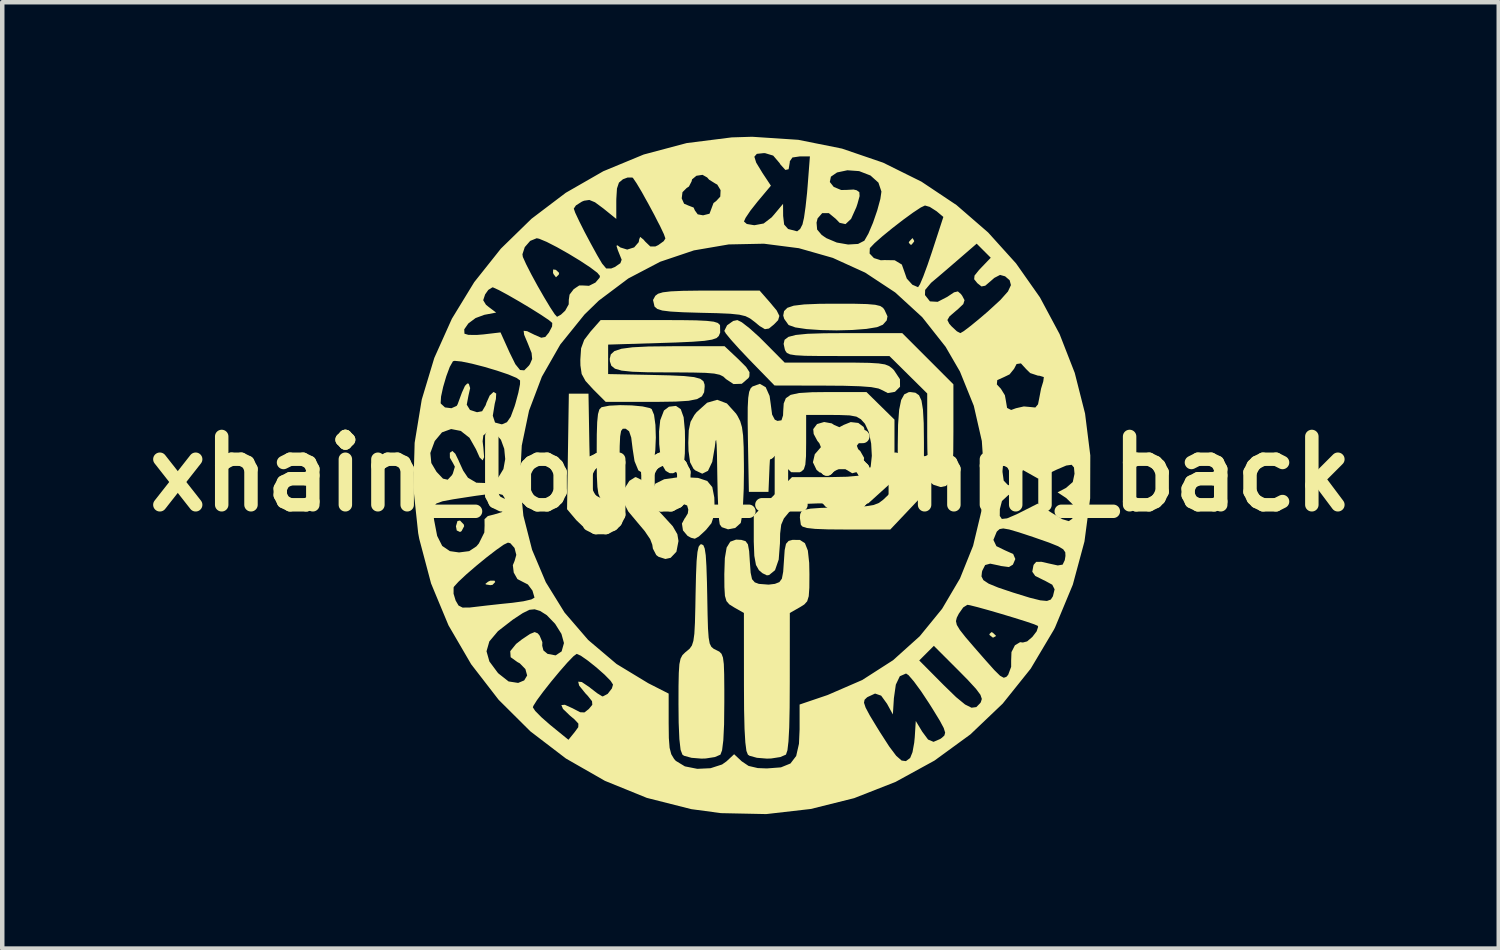
<source format=kicad_pcb>
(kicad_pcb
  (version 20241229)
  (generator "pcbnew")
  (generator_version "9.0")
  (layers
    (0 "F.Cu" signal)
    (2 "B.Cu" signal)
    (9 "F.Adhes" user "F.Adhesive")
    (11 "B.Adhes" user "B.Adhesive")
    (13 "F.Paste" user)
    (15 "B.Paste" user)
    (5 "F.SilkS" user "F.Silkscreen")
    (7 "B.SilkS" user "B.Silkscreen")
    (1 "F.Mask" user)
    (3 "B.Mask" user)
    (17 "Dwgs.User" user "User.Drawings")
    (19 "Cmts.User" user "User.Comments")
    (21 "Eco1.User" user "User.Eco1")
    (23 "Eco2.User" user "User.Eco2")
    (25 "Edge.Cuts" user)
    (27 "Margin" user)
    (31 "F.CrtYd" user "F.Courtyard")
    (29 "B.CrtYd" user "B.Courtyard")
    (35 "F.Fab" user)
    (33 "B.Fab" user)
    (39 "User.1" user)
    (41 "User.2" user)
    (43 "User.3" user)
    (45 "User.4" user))
  (footprint "xhain_logo_15mm_back"
    (layer "F.Cu")
    (at 13.687 7.518)
    (property "Reference" "xhain_logo_15mm_back" (at 0 0 0) (layer "F.SilkS") (effects (font (size 1.524 1.524) (thickness 0.3))))
    (attr board_only exclude_from_pos_files exclude_from_bom)
    (fp_poly (pts (xy -4.34 -4.55) (xy -4.268 -4.482) (xy -4.275 -4.445) (xy -4.338 -4.384) (xy -4.393 -4.456) (xy -4.404 -4.485) (xy -4.401 -4.559)) (stroke (width 0) (type solid)) (fill yes) (layer "F.SilkS"))
    (fp_poly (pts (xy -6.393 1.13) (xy -6.386 1.168) (xy -6.444 1.277) (xy -6.478 1.296) (xy -6.551 1.262) (xy -6.569 1.168) (xy -6.535 1.052) (xy -6.478 1.04)) (stroke (width 0) (type solid)) (fill yes) (layer "F.SilkS"))
    (fp_poly (pts (xy -5.693 2.411) (xy -5.752 2.474) (xy -5.803 2.482) (xy -5.9 2.466) (xy -5.912 2.453) (xy -5.855 2.406) (xy -5.803 2.382) (xy -5.709 2.381)) (stroke (width 0) (type solid)) (fill yes) (layer "F.SilkS"))
    (fp_poly (pts (xy 3.649 -5.199) (xy 3.649 -5.182) (xy 3.593 -5.112) (xy 3.572 -5.109) (xy 3.529 -5.154) (xy 3.54 -5.182) (xy 3.606 -5.252) (xy 3.617 -5.255)) (stroke (width 0) (type solid)) (fill yes) (layer "F.SilkS"))
    (fp_poly (pts (xy 5.401 3.54) (xy 5.471 3.606) (xy 5.474 3.617) (xy 5.418 3.649) (xy 5.401 3.649) (xy 5.331 3.593) (xy 5.328 3.572) (xy 5.373 3.529)) (stroke (width 0) (type solid)) (fill yes) (layer "F.SilkS"))
    (fp_poly (pts (xy -1.555 -1.443) (xy -1.491 -1.263) (xy -1.463 -0.962) (xy -1.46 -0.76) (xy -1.464 -0.454) (xy -1.481 -0.261) (xy -1.518 -0.15) (xy -1.582 -0.087) (xy -1.601 -0.076) (xy -1.727 -0.014) (xy -1.803 -0.016) (xy -1.891 -0.067) (xy -1.957 -0.179) (xy -2.007 -0.392) (xy -2.036 -0.663) (xy -2.039 -0.948) (xy -2.013 -1.197) (xy -1.93 -1.413) (xy -1.819 -1.498) (xy -1.662 -1.516)) (stroke (width 0) (type solid)) (fill yes) (layer "F.SilkS"))
    (fp_poly (pts (xy -3.593 -0.626) (xy -3.581 -0.147) (xy -3.563 0.205) (xy -3.534 0.449) (xy -3.487 0.604) (xy -3.42 0.69) (xy -3.326 0.725) (xy -3.248 0.73) (xy -3.057 0.786) (xy -2.952 0.928) (xy -2.955 1.091) (xy -3.01 1.184) (xy -3.127 1.229) (xy -3.346 1.241) (xy -3.356 1.241) (xy -3.59 1.227) (xy -3.744 1.167) (xy -3.884 1.033) (xy -3.9 1.014) (xy -4.091 0.788) (xy -4.071 -0.5) (xy -4.051 -1.788) (xy -3.613 -1.788)) (stroke (width 0) (type solid)) (fill yes) (layer "F.SilkS"))
    (fp_poly (pts (xy 2.314 -3.794) (xy 2.596 -3.787) (xy 2.781 -3.771) (xy 2.893 -3.744) (xy 2.957 -3.702) (xy 2.99 -3.654) (xy 3.055 -3.513) (xy 3.038 -3.423) (xy 2.951 -3.326) (xy 2.822 -3.272) (xy 2.584 -3.233) (xy 2.272 -3.209) (xy 1.922 -3.2) (xy 1.57 -3.207) (xy 1.25 -3.229) (xy 1 -3.266) (xy 0.854 -3.318) (xy 0.845 -3.326) (xy 0.752 -3.456) (xy 0.73 -3.531) (xy 0.749 -3.631) (xy 0.821 -3.703) (xy 0.964 -3.751) (xy 1.199 -3.779) (xy 1.544 -3.793) (xy 1.91 -3.795)) (stroke (width 0) (type solid)) (fill yes) (layer "F.SilkS"))
    (fp_poly (pts (xy -2.43 0.134) (xy -2.319 0.278) (xy -2.263 0.446) (xy -2.263 0.464) (xy -2.209 0.611) (xy -2.063 0.811) (xy -1.934 0.949) (xy -1.733 1.169) (xy -1.631 1.346) (xy -1.606 1.497) (xy -1.652 1.736) (xy -1.781 1.872) (xy -1.898 1.898) (xy -2.051 1.849) (xy -2.102 1.81) (xy -2.177 1.666) (xy -2.19 1.58) (xy -2.237 1.456) (xy -2.362 1.272) (xy -2.518 1.087) (xy -2.726 0.838) (xy -2.828 0.639) (xy -2.847 0.519) (xy -2.805 0.321) (xy -2.702 0.156) (xy -2.574 0.075) (xy -2.555 0.073)) (stroke (width 0) (type solid)) (fill yes) (layer "F.SilkS"))
    (fp_poly (pts (xy -1.171 0.09) (xy -0.965 0.158) (xy -0.852 0.296) (xy -0.807 0.528) (xy -0.803 0.685) (xy -0.816 0.934) (xy -0.871 1.1) (xy -0.988 1.244) (xy -1.008 1.264) (xy -1.152 1.397) (xy -1.241 1.446) (xy -1.326 1.425) (xy -1.405 1.381) (xy -1.506 1.261) (xy -1.529 1.108) (xy -1.466 0.989) (xy -1.46 0.985) (xy -1.398 0.882) (xy -1.387 0.799) (xy -1.413 0.705) (xy -1.518 0.664) (xy -1.674 0.657) (xy -1.911 0.62) (xy -2.096 0.524) (xy -2.187 0.393) (xy -2.19 0.365) (xy -2.122 0.218) (xy -1.925 0.12) (xy -1.609 0.075) (xy -1.496 0.073)) (stroke (width 0) (type solid)) (fill yes) (layer "F.SilkS"))
    (fp_poly (pts (xy -0.271 -2.558) (xy -0.098 -2.385) (xy -0.022 -2.268) (xy -0.025 -2.176) (xy -0.044 -2.139) (xy -0.194 -2.009) (xy -0.379 -2.003) (xy -0.545 -2.113) (xy -0.606 -2.17) (xy -0.686 -2.21) (xy -0.81 -2.237) (xy -1.001 -2.253) (xy -1.283 -2.26) (xy -1.681 -2.263) (xy -1.821 -2.263) (xy -2.292 -2.266) (xy -2.637 -2.278) (xy -2.874 -2.303) (xy -3.023 -2.346) (xy -3.104 -2.412) (xy -3.135 -2.505) (xy -3.139 -2.567) (xy -3.115 -2.665) (xy -3.034 -2.739) (xy -2.879 -2.79) (xy -2.631 -2.823) (xy -2.273 -2.841) (xy -1.79 -2.846) (xy -1.717 -2.847) (xy -0.578 -2.847)) (stroke (width 0) (type solid)) (fill yes) (layer "F.SilkS"))
    (fp_poly (pts (xy 0.43 -3.829) (xy 0.584 -3.644) (xy 0.644 -3.523) (xy 0.616 -3.428) (xy 0.523 -3.332) (xy 0.411 -3.241) (xy 0.321 -3.227) (xy 0.204 -3.297) (xy 0.089 -3.392) (xy -0.008 -3.465) (xy -0.111 -3.517) (xy -0.249 -3.55) (xy -0.45 -3.571) (xy -0.745 -3.584) (xy -1.095 -3.592) (xy -1.5 -3.604) (xy -1.783 -3.62) (xy -1.968 -3.643) (xy -2.078 -3.678) (xy -2.136 -3.727) (xy -2.141 -3.735) (xy -2.174 -3.878) (xy -2.122 -3.972) (xy -2.062 -4.017) (xy -1.955 -4.049) (xy -1.779 -4.07) (xy -1.512 -4.082) (xy -1.131 -4.087) (xy -0.911 -4.087) (xy 0.204 -4.087)) (stroke (width 0) (type solid)) (fill yes) (layer "F.SilkS"))
    (fp_poly (pts (xy -0.194 -3.381) (xy -0.024 -3.249) (xy 0.188 -3.059) (xy 0.292 -2.956) (xy 0.762 -2.482) (xy 1.901 -2.482) (xy 2.333 -2.481) (xy 2.644 -2.476) (xy 2.858 -2.463) (xy 2.999 -2.441) (xy 3.092 -2.404) (xy 3.161 -2.351) (xy 3.199 -2.313) (xy 3.333 -2.111) (xy 3.335 -1.943) (xy 3.222 -1.83) (xy 3.062 -1.802) (xy 2.948 -1.862) (xy 2.854 -1.904) (xy 2.692 -1.935) (xy 2.439 -1.954) (xy 2.078 -1.965) (xy 1.673 -1.968) (xy 0.536 -1.971) (xy -0.024 -2.546) (xy -0.25 -2.785) (xy -0.433 -2.988) (xy -0.55 -3.131) (xy -0.584 -3.189) (xy -0.523 -3.313) (xy -0.387 -3.41) (xy -0.293 -3.43)) (stroke (width 0) (type solid)) (fill yes) (layer "F.SilkS"))
    (fp_poly (pts (xy 1.812 -1.126) (xy 1.865 -1.091) (xy 1.983 -1.041) (xy 2.076 -1.091) (xy 2.235 -1.155) (xy 2.404 -1.136) (xy 2.523 -1.047) (xy 2.542 -0.998) (xy 2.516 -0.842) (xy 2.45 -0.735) (xy 2.372 -0.627) (xy 2.401 -0.551) (xy 2.447 -0.51) (xy 2.534 -0.357) (xy 2.51 -0.179) (xy 2.395 -0.047) (xy 2.269 -0.014) (xy 2.131 -0.097) (xy 2.121 -0.106) (xy 2.003 -0.196) (xy 1.915 -0.184) (xy 1.837 -0.121) (xy 1.676 -0.013) (xy 1.544 -0.031) (xy 1.474 -0.088) (xy 1.392 -0.258) (xy 1.434 -0.439) (xy 1.498 -0.512) (xy 1.57 -0.596) (xy 1.535 -0.684) (xy 1.492 -0.735) (xy 1.409 -0.89) (xy 1.399 -0.998) (xy 1.484 -1.111) (xy 1.642 -1.157)) (stroke (width 0) (type solid)) (fill yes) (layer "F.SilkS"))
    (fp_poly (pts (xy 3.955 -2.568) (xy 4.525 -1.997) (xy 4.525 -0.94) (xy 4.522 -0.485) (xy 4.508 -0.157) (xy 4.478 0.066) (xy 4.43 0.201) (xy 4.356 0.27) (xy 4.254 0.292) (xy 4.233 0.292) (xy 4.08 0.243) (xy 4.029 0.204) (xy 3.986 0.088) (xy 3.958 -0.164) (xy 3.944 -0.555) (xy 3.941 -0.838) (xy 3.941 -1.793) (xy 3.52 -2.21) (xy 3.098 -2.628) (xy 1.955 -2.628) (xy 1.523 -2.629) (xy 1.215 -2.633) (xy 1.008 -2.645) (xy 0.881 -2.665) (xy 0.811 -2.698) (xy 0.777 -2.746) (xy 0.765 -2.777) (xy 0.739 -2.899) (xy 0.76 -2.99) (xy 0.845 -3.055) (xy 1.009 -3.098) (xy 1.27 -3.124) (xy 1.645 -3.136) (xy 2.139 -3.139) (xy 3.384 -3.139)) (stroke (width 0) (type solid)) (fill yes) (layer "F.SilkS"))
    (fp_poly (pts (xy 3.677 -1.81) (xy 3.758 -1.754) (xy 3.813 -1.635) (xy 3.846 -1.434) (xy 3.863 -1.132) (xy 3.868 -0.707) (xy 3.868 -0.601) (xy 3.868 0.447) (xy 3.493 0.844) (xy 3.117 1.241) (xy 2.14 1.241) (xy 1.729 1.238) (xy 1.443 1.227) (xy 1.26 1.207) (xy 1.16 1.176) (xy 1.123 1.136) (xy 1.101 0.974) (xy 1.108 0.898) (xy 1.134 0.841) (xy 1.203 0.801) (xy 1.339 0.775) (xy 1.568 0.759) (xy 1.915 0.747) (xy 1.971 0.746) (xy 2.332 0.735) (xy 2.579 0.721) (xy 2.745 0.694) (xy 2.861 0.649) (xy 2.959 0.577) (xy 3.046 0.494) (xy 3.284 0.263) (xy 3.284 -0.64) (xy 3.291 -1.098) (xy 3.315 -1.428) (xy 3.36 -1.647) (xy 3.429 -1.773) (xy 3.528 -1.822) (xy 3.564 -1.825)) (stroke (width 0) (type solid)) (fill yes) (layer "F.SilkS"))
    (fp_poly (pts (xy -0.527 -1.571) (xy -0.322 -1.344) (xy -0.288 -1.291) (xy -0.23 -1.177) (xy -0.19 -1.041) (xy -0.165 -0.855) (xy -0.152 -0.589) (xy -0.147 -0.217) (xy -0.146 -0.05) (xy -0.151 0.331) (xy -0.166 0.668) (xy -0.188 0.929) (xy -0.214 1.082) (xy -0.222 1.1) (xy -0.34 1.206) (xy -0.501 1.237) (xy -0.641 1.188) (xy -0.686 1.125) (xy -0.702 1.013) (xy -0.718 0.785) (xy -0.731 0.471) (xy -0.739 0.101) (xy -0.741 -0.024) (xy -0.747 -0.408) (xy -0.755 -0.651) (xy -0.766 -0.758) (xy -0.78 -0.733) (xy -0.796 -0.599) (xy -0.853 -0.268) (xy -0.948 -0.068) (xy -1.076 -0.004) (xy -1.234 -0.079) (xy -1.272 -0.115) (xy -1.347 -0.258) (xy -1.382 -0.512) (xy -1.387 -0.693) (xy -1.377 -0.972) (xy -1.337 -1.161) (xy -1.252 -1.313) (xy -1.201 -1.377) (xy -0.967 -1.587) (xy -0.742 -1.652)) (stroke (width 0) (type solid)) (fill yes) (layer "F.SilkS"))
    (fp_poly (pts (xy -1.561 -3.429) (xy -1.214 -3.424) (xy -0.973 -3.412) (xy -0.819 -3.394) (xy -0.73 -3.366) (xy -0.687 -3.327) (xy -0.679 -3.311) (xy -0.676 -3.151) (xy -0.708 -3.074) (xy -0.758 -3.028) (xy -0.858 -2.994) (xy -1.027 -2.967) (xy -1.287 -2.947) (xy -1.658 -2.93) (xy -1.978 -2.92) (xy -3.175 -2.883) (xy -3.175 -2.226) (xy -2.263 -2.208) (xy -1.809 -2.197) (xy -1.48 -2.182) (xy -1.258 -2.158) (xy -1.121 -2.121) (xy -1.05 -2.067) (xy -1.024 -1.992) (xy -1.022 -1.947) (xy -1.034 -1.82) (xy -1.084 -1.729) (xy -1.193 -1.667) (xy -1.38 -1.63) (xy -1.667 -1.612) (xy -2.073 -1.606) (xy -2.213 -1.606) (xy -3.229 -1.606) (xy -3.512 -1.889) (xy -3.68 -2.073) (xy -3.765 -2.228) (xy -3.793 -2.419) (xy -3.795 -2.543) (xy -3.778 -2.8) (xy -3.709 -2.988) (xy -3.569 -3.172) (xy -3.342 -3.43) (xy -2.034 -3.43)) (stroke (width 0) (type solid)) (fill yes) (layer "F.SilkS"))
    (fp_poly (pts (xy -2.646 -1.527) (xy -2.407 -1.504) (xy -2.242 -1.467) (xy -2.204 -1.445) (xy -2.151 -1.317) (xy -2.12 -1.091) (xy -2.111 -0.812) (xy -2.123 -0.525) (xy -2.154 -0.274) (xy -2.205 -0.105) (xy -2.232 -0.068) (xy -2.382 -0.004) (xy -2.501 -0.078) (xy -2.586 -0.284) (xy -2.628 -0.554) (xy -2.66 -0.81) (xy -2.708 -0.951) (xy -2.783 -1.006) (xy -2.792 -1.008) (xy -2.849 -1.006) (xy -2.886 -0.957) (xy -2.907 -0.836) (xy -2.917 -0.619) (xy -2.92 -0.282) (xy -2.92 -0.263) (xy -2.923 0.088) (xy -2.935 0.32) (xy -2.96 0.462) (xy -3.004 0.541) (xy -3.049 0.575) (xy -3.236 0.601) (xy -3.305 0.574) (xy -3.356 0.528) (xy -3.392 0.443) (xy -3.414 0.293) (xy -3.426 0.056) (xy -3.43 -0.294) (xy -3.43 -0.47) (xy -3.428 -0.874) (xy -3.419 -1.154) (xy -3.401 -1.333) (xy -3.371 -1.436) (xy -3.326 -1.483) (xy -3.315 -1.488) (xy -3.149 -1.521) (xy -2.909 -1.533)) (stroke (width 0) (type solid)) (fill yes) (layer "F.SilkS"))
    (fp_poly (pts (xy -1.052 1.59) (xy -1.021 1.665) (xy -0.998 1.815) (xy -0.983 2.059) (xy -0.971 2.416) (xy -0.965 2.708) (xy -0.957 3.138) (xy -0.948 3.445) (xy -0.933 3.652) (xy -0.91 3.782) (xy -0.873 3.857) (xy -0.821 3.901) (xy -0.765 3.929) (xy -0.695 3.964) (xy -0.646 4.013) (xy -0.614 4.097) (xy -0.595 4.241) (xy -0.587 4.469) (xy -0.584 4.803) (xy -0.584 5.093) (xy -0.589 5.586) (xy -0.606 5.941) (xy -0.634 6.165) (xy -0.671 6.262) (xy -0.794 6.315) (xy -0.999 6.347) (xy -1.095 6.35) (xy -1.316 6.332) (xy -1.481 6.287) (xy -1.518 6.262) (xy -1.559 6.154) (xy -1.586 5.917) (xy -1.602 5.547) (xy -1.606 5.136) (xy -1.605 4.728) (xy -1.599 4.439) (xy -1.586 4.246) (xy -1.56 4.122) (xy -1.518 4.042) (xy -1.456 3.981) (xy -1.425 3.956) (xy -1.356 3.897) (xy -1.307 3.828) (xy -1.274 3.725) (xy -1.252 3.565) (xy -1.239 3.322) (xy -1.23 2.972) (xy -1.225 2.692) (xy -1.215 2.256) (xy -1.202 1.946) (xy -1.183 1.743) (xy -1.157 1.626) (xy -1.121 1.576) (xy -1.095 1.569)) (stroke (width 0) (type solid)) (fill yes) (layer "F.SilkS"))
    (fp_poly (pts (xy -0.205 1.472) (xy -0.111 1.5) (xy -0.058 1.571) (xy -0.03 1.723) (xy -0.015 1.952) (xy 0.003 2.204) (xy 0.034 2.348) (xy 0.095 2.419) (xy 0.186 2.453) (xy 0.404 2.47) (xy 0.544 2.453) (xy 0.643 2.414) (xy 0.7 2.337) (xy 0.729 2.184) (xy 0.745 1.952) (xy 0.762 1.7) (xy 0.792 1.56) (xy 0.85 1.495) (xy 0.935 1.472) (xy 1.102 1.473) (xy 1.214 1.546) (xy 1.279 1.71) (xy 1.309 1.986) (xy 1.314 2.238) (xy 1.312 2.539) (xy 1.299 2.728) (xy 1.264 2.842) (xy 1.198 2.914) (xy 1.095 2.978) (xy 0.877 3.102) (xy 0.876 4.638) (xy 0.873 5.212) (xy 0.864 5.651) (xy 0.847 5.964) (xy 0.824 6.163) (xy 0.792 6.258) (xy 0.788 6.262) (xy 0.666 6.315) (xy 0.461 6.347) (xy 0.365 6.35) (xy 0.144 6.332) (xy -0.021 6.287) (xy -0.058 6.262) (xy -0.091 6.178) (xy -0.115 5.99) (xy -0.133 5.688) (xy -0.143 5.263) (xy -0.146 4.703) (xy -0.146 4.638) (xy -0.147 3.102) (xy -0.365 2.978) (xy -0.472 2.911) (xy -0.536 2.837) (xy -0.57 2.721) (xy -0.582 2.527) (xy -0.584 2.238) (xy -0.572 1.878) (xy -0.532 1.643) (xy -0.451 1.512) (xy -0.322 1.466)) (stroke (width 0) (type solid)) (fill yes) (layer "F.SilkS"))
    (fp_poly (pts (xy 0.339 -1.933) (xy 0.426 -1.738) (xy 0.452 -1.551) (xy 0.482 -1.323) (xy 0.542 -1.209) (xy 0.602 -1.181) (xy 0.691 -1.195) (xy 0.726 -1.304) (xy 0.73 -1.403) (xy 0.741 -1.571) (xy 0.788 -1.687) (xy 0.895 -1.762) (xy 1.082 -1.803) (xy 1.373 -1.821) (xy 1.745 -1.825) (xy 2.586 -1.825) (xy 3.211 -1.21) (xy 3.211 0.129) (xy 2.919 0.393) (xy 2.627 0.657) (xy 1.838 0.657) (xy 1.489 0.659) (xy 1.253 0.668) (xy 1.098 0.692) (xy 0.993 0.737) (xy 0.904 0.809) (xy 0.853 0.862) (xy 0.745 0.993) (xy 0.685 1.133) (xy 0.661 1.331) (xy 0.657 1.55) (xy 0.629 1.911) (xy 0.547 2.148) (xy 0.415 2.256) (xy 0.365 2.263) (xy 0.268 2.216) (xy 0.188 2.148) (xy 0.122 2.031) (xy 0.085 1.827) (xy 0.073 1.509) (xy 0.073 1.479) (xy 0.073 0.925) (xy 0.925 0.073) (xy 1.725 0.073) (xy 2.152 0.064) (xy 2.445 0.038) (xy 2.599 -0.004) (xy 2.613 -0.015) (xy 2.681 -0.166) (xy 2.706 -0.403) (xy 2.691 -0.676) (xy 2.639 -0.931) (xy 2.552 -1.118) (xy 2.549 -1.121) (xy 2.462 -1.218) (xy 2.363 -1.276) (xy 2.213 -1.304) (xy 1.975 -1.313) (xy 1.819 -1.314) (xy 1.241 -1.314) (xy 1.241 -0.698) (xy 1.238 -0.395) (xy 1.223 -0.207) (xy 1.19 -0.103) (xy 1.132 -0.051) (xy 1.091 -0.035) (xy 0.908 -0.037) (xy 0.781 -0.161) (xy 0.73 -0.388) (xy 0.73 -0.41) (xy 0.712 -0.583) (xy 0.643 -0.651) (xy 0.587 -0.657) (xy 0.512 -0.641) (xy 0.466 -0.574) (xy 0.44 -0.424) (xy 0.424 -0.162) (xy 0.423 -0.128) (xy 0.401 0.401) (xy -0.036 0.401) (xy -0.057 -0.729) (xy -0.063 -1.167) (xy -0.062 -1.48) (xy -0.051 -1.694) (xy -0.03 -1.829) (xy 0.004 -1.909) (xy 0.045 -1.949) (xy 0.208 -2.008)) (stroke (width 0) (type solid)) (fill yes) (layer "F.SilkS"))
    (fp_poly (pts (xy 1.065 -7.45) (xy 2.041 -7.254) (xy 2.959 -6.94) (xy 3.812 -6.517) (xy 4.594 -5.995) (xy 5.299 -5.384) (xy 5.922 -4.694) (xy 6.455 -3.936) (xy 6.893 -3.118) (xy 7.231 -2.252) (xy 7.461 -1.346) (xy 7.578 -0.411) (xy 7.575 0.544) (xy 7.448 1.507) (xy 7.188 2.471) (xy 6.792 3.424) (xy 6.766 3.475) (xy 6.249 4.344) (xy 5.624 5.124) (xy 4.904 5.81) (xy 4.103 6.394) (xy 3.234 6.87) (xy 2.311 7.232) (xy 1.345 7.473) (xy 0.351 7.587) (xy -0.658 7.566) (xy -1.32 7.477) (xy -2.311 7.226) (xy -3.246 6.846) (xy -4.116 6.348) (xy -4.909 5.742) (xy -5.448 5.206) (xy -4.854 5.206) (xy -4.801 5.287) (xy -4.662 5.428) (xy -4.467 5.599) (xy -4.457 5.607) (xy -4.06 5.93) (xy -3.922 5.76) (xy -3.841 5.649) (xy -3.838 5.57) (xy -3.927 5.474) (xy -4.026 5.391) (xy -4.182 5.241) (xy -4.218 5.156) (xy -4.141 5.149) (xy -3.956 5.233) (xy -3.954 5.235) (xy -3.797 5.316) (xy -3.703 5.32) (xy -3.611 5.248) (xy -3.601 5.238) (xy -3.528 5.15) (xy -3.534 5.07) (xy -3.628 4.951) (xy -3.684 4.892) (xy -3.821 4.721) (xy -3.843 4.634) (xy -3.762 4.642) (xy -3.589 4.759) (xy -3.574 4.772) (xy -3.419 4.892) (xy -3.31 4.959) (xy -3.293 4.963) (xy -3.186 4.907) (xy -3.091 4.785) (xy -3.066 4.699) (xy -3.119 4.616) (xy -3.254 4.478) (xy -3.435 4.318) (xy -3.624 4.167) (xy -3.784 4.055) (xy -3.877 4.014) (xy -3.949 4.068) (xy -4.085 4.209) (xy -4.258 4.407) (xy -4.445 4.632) (xy -4.621 4.855) (xy -4.762 5.046) (xy -4.843 5.175) (xy -4.854 5.206) (xy -5.448 5.206) (xy -5.617 5.038) (xy -6.229 4.246) (xy -6.398 3.956) (xy -5.887 3.956) (xy -5.823 4.183) (xy -5.637 4.434) (xy -5.619 4.453) (xy -5.395 4.629) (xy -5.182 4.662) (xy -5.047 4.606) (xy -4.981 4.496) (xy -5.02 4.353) (xy -5.144 4.226) (xy -5.199 4.196) (xy -5.349 4.088) (xy -5.358 3.954) (xy -5.227 3.792) (xy -5.099 3.692) (xy -4.917 3.57) (xy -4.813 3.528) (xy -4.745 3.556) (xy -4.702 3.608) (xy -4.642 3.752) (xy -4.645 3.833) (xy -4.618 3.937) (xy -4.526 4.014) (xy -4.346 4.048) (xy -4.212 3.959) (xy -4.16 3.773) (xy -4.216 3.569) (xy -4.357 3.344) (xy -4.543 3.151) (xy -4.692 3.057) (xy -4.814 3.02) (xy -4.929 3.031) (xy -5.079 3.105) (xy -5.302 3.252) (xy -5.631 3.507) (xy -5.824 3.736) (xy -5.887 3.956) (xy -6.398 3.956) (xy -6.735 3.378) (xy -7.029 2.672) (xy -6.622 2.672) (xy -6.576 2.824) (xy -6.511 2.936) (xy -6.421 2.982) (xy -6.258 2.98) (xy -6.147 2.967) (xy -5.883 2.936) (xy -5.557 2.9) (xy -5.31 2.875) (xy -5.063 2.841) (xy -4.887 2.8) (xy -4.817 2.76) (xy -4.817 2.759) (xy -4.862 2.604) (xy -4.965 2.466) (xy -5.077 2.409) (xy -5.198 2.346) (xy -5.28 2.201) (xy -5.3 2.036) (xy -5.261 1.941) (xy -5.223 1.807) (xy -5.262 1.653) (xy -5.355 1.547) (xy -5.409 1.533) (xy -5.502 1.578) (xy -5.671 1.697) (xy -5.888 1.864) (xy -6.12 2.054) (xy -6.339 2.243) (xy -6.512 2.405) (xy -6.611 2.514) (xy -6.621 2.532) (xy -6.622 2.672) (xy -7.029 2.672) (xy -7.124 2.442) (xy -7.387 1.45) (xy -7.411 1.322) (xy -7.463 0.834) (xy -7.078 0.834) (xy -7.061 0.991) (xy -7.055 1.035) (xy -6.988 1.383) (xy -6.875 1.607) (xy -6.703 1.723) (xy -6.5 1.752) (xy -6.273 1.723) (xy -6.112 1.616) (xy -6.058 1.552) (xy -5.936 1.307) (xy -5.93 1.152) (xy -5.932 1.011) (xy -5.858 0.941) (xy -5.717 0.905) (xy -5.549 0.855) (xy -5.483 0.761) (xy -5.474 0.649) (xy -5.484 0.537) (xy -5.528 0.469) (xy -5.632 0.441) (xy -5.821 0.449) (xy -6.119 0.488) (xy -6.277 0.512) (xy -6.632 0.567) (xy -6.867 0.611) (xy -7.004 0.66) (xy -7.066 0.729) (xy -7.078 0.834) (xy -7.463 0.834) (xy -7.519 0.304) (xy -7.496 -0.466) (xy -7.14 -0.466) (xy -7.118 -0.242) (xy -7.002 -0.046) (xy -6.858 0.106) (xy -6.753 0.13) (xy -6.658 0.029) (xy -6.638 -0.008) (xy -6.593 -0.16) (xy -6.635 -0.241) (xy -6.704 -0.36) (xy -6.705 -0.47) (xy -6.649 -0.511) (xy -6.583 -0.449) (xy -6.51 -0.299) (xy -6.502 -0.278) (xy -6.408 -0.073) (xy -6.301 0.086) (xy -6.113 0.197) (xy -5.881 0.205) (xy -5.762 0.154) (xy -5.142 0.154) (xy -5.065 0.933) (xy -4.871 1.692) (xy -4.565 2.416) (xy -4.147 3.092) (xy -3.62 3.704) (xy -2.987 4.24) (xy -2.281 4.668) (xy -1.825 4.9) (xy -1.825 5.565) (xy -1.821 5.892) (xy -1.804 6.109) (xy -1.767 6.252) (xy -1.704 6.357) (xy -1.666 6.4) (xy -1.463 6.523) (xy -1.186 6.578) (xy -0.891 6.564) (xy -0.634 6.481) (xy -0.534 6.41) (xy -0.365 6.252) (xy -0.196 6.41) (xy -0.043 6.513) (xy 0.162 6.561) (xy 0.365 6.569) (xy 0.679 6.545) (xy 0.891 6.459) (xy 1.019 6.291) (xy 1.081 6.019) (xy 1.095 5.698) (xy 1.095 5.144) (xy 1.212 5.104) (xy 2.531 5.104) (xy 2.567 5.212) (xy 2.66 5.387) (xy 2.82 5.651) (xy 2.883 5.753) (xy 3.093 6.079) (xy 3.25 6.288) (xy 3.37 6.393) (xy 3.466 6.406) (xy 3.554 6.341) (xy 3.563 6.33) (xy 3.613 6.206) (xy 3.651 5.996) (xy 3.663 5.874) (xy 3.686 5.511) (xy 3.829 5.748) (xy 3.96 5.925) (xy 4.082 5.976) (xy 4.231 5.912) (xy 4.269 5.885) (xy 4.324 5.834) (xy 4.341 5.77) (xy 4.309 5.667) (xy 4.22 5.501) (xy 4.064 5.246) (xy 3.984 5.119) (xy 3.804 4.847) (xy 3.644 4.629) (xy 3.524 4.489) (xy 3.469 4.452) (xy 3.33 4.513) (xy 3.241 4.7) (xy 3.198 5.002) (xy 3.175 5.365) (xy 3.045 5.127) (xy 2.914 4.946) (xy 2.778 4.899) (xy 2.608 4.978) (xy 2.597 4.986) (xy 2.544 5.037) (xy 2.531 5.104) (xy 1.212 5.104) (xy 1.719 4.932) (xy 2.492 4.597) (xy 3.171 4.161) (xy 3.763 4.161) (xy 4.308 4.71) (xy 4.584 4.978) (xy 4.785 5.143) (xy 4.929 5.215) (xy 5.036 5.201) (xy 5.124 5.111) (xy 5.137 5.091) (xy 5.159 5.019) (xy 5.128 4.927) (xy 5.029 4.794) (xy 4.849 4.598) (xy 4.653 4.399) (xy 4.089 3.835) (xy 3.763 4.161) (xy 3.171 4.161) (xy 3.179 4.156) (xy 3.774 3.621) (xy 4.049 3.284) (xy 4.582 3.284) (xy 4.601 3.368) (xy 4.669 3.481) (xy 4.798 3.645) (xy 5.001 3.881) (xy 5.237 4.151) (xy 5.437 4.375) (xy 5.566 4.502) (xy 5.648 4.547) (xy 5.706 4.527) (xy 5.747 4.48) (xy 5.813 4.303) (xy 5.813 4.16) (xy 5.82 3.974) (xy 5.897 3.823) (xy 6.013 3.753) (xy 6.074 3.761) (xy 6.169 3.736) (xy 6.285 3.637) (xy 6.381 3.512) (xy 6.415 3.41) (xy 6.405 3.388) (xy 6.323 3.353) (xy 6.137 3.29) (xy 5.882 3.21) (xy 5.594 3.123) (xy 5.309 3.04) (xy 5.063 2.972) (xy 4.892 2.929) (xy 4.837 2.92) (xy 4.744 2.978) (xy 4.645 3.119) (xy 4.644 3.121) (xy 4.6 3.208) (xy 4.582 3.284) (xy 4.049 3.284) (xy 4.273 3.009) (xy 4.672 2.332) (xy 4.69 2.287) (xy 5.151 2.287) (xy 5.194 2.37) (xy 5.311 2.448) (xy 5.525 2.536) (xy 5.856 2.647) (xy 5.876 2.653) (xy 6.225 2.761) (xy 6.462 2.82) (xy 6.611 2.834) (xy 6.697 2.803) (xy 6.743 2.732) (xy 6.744 2.731) (xy 6.782 2.575) (xy 6.73 2.472) (xy 6.563 2.381) (xy 6.532 2.367) (xy 6.35 2.276) (xy 6.284 2.182) (xy 6.309 2.046) (xy 6.317 2.024) (xy 6.371 1.963) (xy 6.49 1.961) (xy 6.643 1.996) (xy 6.852 2.042) (xy 6.961 2.024) (xy 7.009 1.924) (xy 7.024 1.829) (xy 7.02 1.749) (xy 6.974 1.682) (xy 6.861 1.614) (xy 6.657 1.532) (xy 6.339 1.421) (xy 6.314 1.412) (xy 5.987 1.304) (xy 5.77 1.24) (xy 5.636 1.217) (xy 5.556 1.231) (xy 5.503 1.277) (xy 5.49 1.293) (xy 5.417 1.472) (xy 5.484 1.612) (xy 5.675 1.705) (xy 5.858 1.787) (xy 5.906 1.899) (xy 5.852 2.024) (xy 5.763 2.078) (xy 5.589 2.055) (xy 5.551 2.045) (xy 5.346 2.002) (xy 5.233 2.033) (xy 5.171 2.155) (xy 5.162 2.186) (xy 5.151 2.287) (xy 4.69 2.287) (xy 4.964 1.605) (xy 5.124 0.937) (xy 5.559 0.937) (xy 5.605 1.005) (xy 5.722 0.992) (xy 5.933 0.902) (xy 6.051 0.843) (xy 6.405 0.664) (xy 6.724 0.873) (xy 6.955 1.011) (xy 7.099 1.054) (xy 7.177 1) (xy 7.212 0.857) (xy 7.186 0.681) (xy 7.042 0.54) (xy 7.041 0.539) (xy 6.848 0.412) (xy 7.037 0.313) (xy 7.187 0.182) (xy 7.226 -0.002) (xy 7.214 -0.143) (xy 7.162 -0.203) (xy 7.042 -0.186) (xy 6.829 -0.095) (xy 6.75 -0.057) (xy 6.416 0.106) (xy 6.062 -0.093) (xy 5.86 -0.203) (xy 5.713 -0.275) (xy 5.664 -0.292) (xy 5.635 -0.228) (xy 5.62 -0.07) (xy 5.62 -0.041) (xy 5.647 0.151) (xy 5.739 0.246) (xy 5.766 0.255) (xy 5.894 0.323) (xy 5.877 0.4) (xy 5.748 0.475) (xy 5.608 0.605) (xy 5.561 0.785) (xy 5.559 0.937) (xy 5.124 0.937) (xy 5.146 0.843) (xy 5.212 0.059) (xy 5.159 -0.733) (xy 4.98 -1.518) (xy 4.787 -1.995) (xy 5.494 -1.995) (xy 5.584 -1.898) (xy 5.673 -1.754) (xy 5.693 -1.645) (xy 5.722 -1.471) (xy 5.813 -1.425) (xy 5.92 -1.464) (xy 6.096 -1.504) (xy 6.23 -1.492) (xy 6.352 -1.48) (xy 6.412 -1.551) (xy 6.44 -1.691) (xy 6.48 -1.901) (xy 6.529 -2.062) (xy 6.542 -2.159) (xy 6.444 -2.189) (xy 6.412 -2.19) (xy 6.238 -2.248) (xy 6.148 -2.336) (xy 6.031 -2.464) (xy 5.934 -2.45) (xy 5.878 -2.343) (xy 5.778 -2.219) (xy 5.654 -2.159) (xy 5.503 -2.091) (xy 5.494 -1.995) (xy 4.787 -1.995) (xy 4.671 -2.282) (xy 4.351 -2.834) (xy 3.829 -3.495) (xy 3.291 -3.988) (xy 3.891 -3.988) (xy 4.002 -3.847) (xy 4.174 -3.837) (xy 4.387 -3.947) (xy 4.54 -4.049) (xy 4.625 -4.069) (xy 4.693 -4.01) (xy 4.721 -3.972) (xy 4.773 -3.874) (xy 4.746 -3.787) (xy 4.621 -3.668) (xy 4.584 -3.638) (xy 4.438 -3.512) (xy 4.391 -3.431) (xy 4.432 -3.349) (xy 4.483 -3.291) (xy 4.603 -3.179) (xy 4.68 -3.139) (xy 4.757 -3.184) (xy 4.916 -3.305) (xy 5.132 -3.483) (xy 5.293 -3.621) (xy 5.573 -3.878) (xy 5.742 -4.068) (xy 5.808 -4.21) (xy 5.779 -4.319) (xy 5.678 -4.406) (xy 5.565 -4.437) (xy 5.438 -4.371) (xy 5.366 -4.308) (xy 5.235 -4.196) (xy 5.151 -4.18) (xy 5.061 -4.251) (xy 5.057 -4.255) (xy 4.988 -4.341) (xy 4.996 -4.422) (xy 5.094 -4.544) (xy 5.146 -4.599) (xy 5.358 -4.82) (xy 5.201 -4.977) (xy 5.044 -5.134) (xy 4.629 -4.775) (xy 4.397 -4.575) (xy 4.183 -4.392) (xy 4.032 -4.265) (xy 4.029 -4.263) (xy 3.895 -4.103) (xy 3.891 -3.988) (xy 3.291 -3.988) (xy 3.226 -4.047) (xy 2.556 -4.489) (xy 1.835 -4.817) (xy 1.496 -4.914) (xy 2.656 -4.914) (xy 2.752 -4.813) (xy 2.906 -4.764) (xy 2.987 -4.768) (xy 3.216 -4.764) (xy 3.375 -4.668) (xy 3.43 -4.513) (xy 3.485 -4.356) (xy 3.61 -4.218) (xy 3.737 -4.163) (xy 3.779 -4.227) (xy 3.853 -4.402) (xy 3.949 -4.662) (xy 4.045 -4.945) (xy 4.301 -5.73) (xy 4.15 -5.857) (xy 3.998 -5.954) (xy 3.891 -5.985) (xy 3.798 -5.941) (xy 3.625 -5.827) (xy 3.404 -5.666) (xy 3.166 -5.482) (xy 2.943 -5.3) (xy 2.766 -5.144) (xy 2.665 -5.038) (xy 2.661 -5.031) (xy 2.656 -4.914) (xy 1.496 -4.914) (xy 1.078 -5.033) (xy 0.299 -5.133) (xy -0.486 -5.117) (xy -1.262 -4.984) (xy -2.013 -4.731) (xy -2.725 -4.358) (xy -3.383 -3.864) (xy -3.702 -3.554) (xy -4.242 -2.885) (xy -4.653 -2.166) (xy -4.939 -1.41) (xy -5.101 -0.632) (xy -5.142 0.154) (xy -5.762 0.154) (xy -5.665 0.112) (xy -5.62 0.073) (xy -5.51 -0.108) (xy -5.47 -0.33) (xy -5.492 -0.559) (xy -5.565 -0.759) (xy -5.682 -0.896) (xy -5.832 -0.933) (xy -5.882 -0.92) (xy -5.958 -0.858) (xy -5.974 -0.727) (xy -5.957 -0.583) (xy -5.941 -0.374) (xy -5.973 -0.301) (xy -6.04 -0.366) (xy -6.122 -0.549) (xy -6.267 -0.805) (xy -6.462 -0.958) (xy -6.676 -1) (xy -6.88 -0.926) (xy -7.042 -0.732) (xy -7.14 -0.466) (xy -7.496 -0.466) (xy -7.49 -0.693) (xy -7.344 -1.581) (xy -6.91 -1.581) (xy -6.906 -1.567) (xy -6.813 -1.482) (xy -6.67 -1.464) (xy -6.553 -1.516) (xy -6.532 -1.551) (xy -6.435 -1.815) (xy -6.368 -1.962) (xy -6.316 -2.016) (xy -6.282 -2.01) (xy -6.252 -1.912) (xy -6.29 -1.745) (xy -6.328 -1.543) (xy -6.256 -1.426) (xy -6.099 -1.375) (xy -5.985 -1.397) (xy -5.906 -1.531) (xy -5.888 -1.587) (xy -5.816 -1.748) (xy -5.734 -1.824) (xy -5.725 -1.825) (xy -5.671 -1.791) (xy -5.678 -1.669) (xy -5.704 -1.563) (xy -5.747 -1.297) (xy -5.697 -1.145) (xy -5.554 -1.106) (xy -5.533 -1.108) (xy -5.431 -1.153) (xy -5.347 -1.275) (xy -5.262 -1.504) (xy -5.242 -1.569) (xy -5.177 -1.811) (xy -5.14 -1.999) (xy -5.139 -2.084) (xy -5.219 -2.141) (xy -5.403 -2.218) (xy -5.655 -2.303) (xy -5.937 -2.387) (xy -6.213 -2.458) (xy -6.446 -2.506) (xy -6.599 -2.521) (xy -6.636 -2.511) (xy -6.707 -2.385) (xy -6.784 -2.178) (xy -6.854 -1.94) (xy -6.901 -1.724) (xy -6.91 -1.581) (xy -7.344 -1.581) (xy -7.331 -1.659) (xy -7.052 -2.585) (xy -6.766 -3.223) (xy -6.384 -3.223) (xy -6.379 -3.126) (xy -6.291 -3.1) (xy -6.107 -3.098) (xy -5.958 -3.11) (xy -5.575 -3.155) (xy -5.372 -2.705) (xy -5.244 -2.446) (xy -5.14 -2.317) (xy -5.046 -2.309) (xy -4.943 -2.413) (xy -4.918 -2.449) (xy -4.869 -2.562) (xy -4.882 -2.696) (xy -4.963 -2.901) (xy -5.048 -3.103) (xy -5.059 -3.191) (xy -4.981 -3.182) (xy -4.818 -3.102) (xy -4.666 -3.036) (xy -4.577 -3.053) (xy -4.496 -3.151) (xy -4.425 -3.287) (xy -4.421 -3.366) (xy -4.5 -3.432) (xy -4.673 -3.548) (xy -4.904 -3.693) (xy -5.16 -3.846) (xy -5.407 -3.988) (xy -5.61 -4.098) (xy -5.736 -4.156) (xy -5.755 -4.16) (xy -5.847 -4.103) (xy -5.918 -4.003) (xy -5.961 -3.873) (xy -5.899 -3.771) (xy -5.837 -3.721) (xy -5.672 -3.597) (xy -5.936 -3.547) (xy -6.131 -3.475) (xy -6.292 -3.355) (xy -6.384 -3.223) (xy -6.766 -3.223) (xy -6.659 -3.461) (xy -6.161 -4.276) (xy -5.666 -4.898) (xy -5.086 -4.898) (xy -5.077 -4.838) (xy -5.003 -4.674) (xy -4.887 -4.447) (xy -4.747 -4.19) (xy -4.601 -3.936) (xy -4.468 -3.715) (xy -4.366 -3.56) (xy -4.314 -3.503) (xy -4.226 -3.552) (xy -4.133 -3.639) (xy -4.054 -3.781) (xy -4.052 -3.881) (xy -4.035 -3.998) (xy -3.941 -4.121) (xy -3.819 -4.202) (xy -3.729 -4.201) (xy -3.602 -4.194) (xy -3.458 -4.266) (xy -3.365 -4.375) (xy -3.357 -4.414) (xy -3.417 -4.486) (xy -3.575 -4.605) (xy -3.799 -4.753) (xy -4.056 -4.909) (xy -4.316 -5.056) (xy -4.546 -5.174) (xy -4.714 -5.244) (xy -4.768 -5.255) (xy -4.913 -5.196) (xy -5.034 -5.057) (xy -5.086 -4.898) (xy -5.666 -4.898) (xy -5.567 -5.023) (xy -4.883 -5.69) (xy -4.585 -5.916) (xy -3.941 -5.916) (xy -3.909 -5.824) (xy -3.822 -5.639) (xy -3.7 -5.396) (xy -3.559 -5.131) (xy -3.419 -4.876) (xy -3.31 -4.691) (xy -3.218 -4.581) (xy -3.108 -4.58) (xy -3.026 -4.613) (xy -2.902 -4.698) (xy -2.873 -4.776) (xy -2.958 -4.987) (xy -2.989 -5.086) (xy -2.968 -5.098) (xy -2.901 -5.049) (xy -2.75 -5.002) (xy -2.594 -5.051) (xy -2.493 -5.168) (xy -2.482 -5.229) (xy -2.461 -5.285) (xy -2.386 -5.225) (xy -2.349 -5.181) (xy -2.234 -5.071) (xy -2.123 -5.071) (xy -2.057 -5.102) (xy -1.935 -5.19) (xy -1.898 -5.25) (xy -1.931 -5.345) (xy -2.019 -5.531) (xy -2.07 -5.628) (xy -0.146 -5.628) (xy -0.082 -5.573) (xy 0.073 -5.547) (xy 0.091 -5.546) (xy 0.294 -5.584) (xy 0.471 -5.72) (xy 0.527 -5.784) (xy 0.726 -6.022) (xy 0.728 -5.753) (xy 0.75 -5.561) (xy 0.839 -5.461) (xy 1.033 -5.411) (xy 1.042 -5.41) (xy 1.107 -5.462) (xy 1.16 -5.565) (xy 1.168 -5.603) (xy 1.473 -5.603) (xy 1.486 -5.449) (xy 1.589 -5.327) (xy 1.692 -5.257) (xy 1.924 -5.159) (xy 2.177 -5.115) (xy 2.399 -5.128) (xy 2.539 -5.2) (xy 2.629 -5.357) (xy 2.732 -5.601) (xy 2.827 -5.877) (xy 2.896 -6.131) (xy 2.92 -6.296) (xy 2.853 -6.495) (xy 2.676 -6.654) (xy 2.423 -6.752) (xy 2.161 -6.771) (xy 1.93 -6.722) (xy 1.793 -6.628) (xy 1.769 -6.509) (xy 1.857 -6.399) (xy 2.021 -6.331) (xy 2.128 -6.332) (xy 2.299 -6.341) (xy 2.368 -6.325) (xy 2.427 -6.283) (xy 2.433 -6.195) (xy 2.386 -6.024) (xy 2.36 -5.946) (xy 2.243 -5.686) (xy 2.119 -5.57) (xy 1.987 -5.599) (xy 1.9 -5.689) (xy 1.747 -5.815) (xy 1.599 -5.815) (xy 1.496 -5.697) (xy 1.473 -5.603) (xy 1.168 -5.603) (xy 1.193 -5.71) (xy 1.228 -5.957) (xy 1.261 -6.263) (xy 1.273 -6.405) (xy 1.325 -7.08) (xy 1.1 -7.08) (xy 0.935 -7.056) (xy 0.877 -6.972) (xy 0.876 -6.946) (xy 0.85 -6.794) (xy 0.778 -6.778) (xy 0.669 -6.898) (xy 0.646 -6.934) (xy 0.506 -7.098) (xy 0.327 -7.152) (xy 0.293 -7.153) (xy 0.141 -7.137) (xy 0.086 -7.073) (xy 0.127 -6.941) (xy 0.262 -6.719) (xy 0.264 -6.715) (xy 0.455 -6.427) (xy 0.154 -6.068) (xy -0.002 -5.87) (xy -0.11 -5.709) (xy -0.146 -5.628) (xy -2.07 -5.628) (xy -2.143 -5.772) (xy -2.284 -6.034) (xy -2.346 -6.144) (xy -1.534 -6.144) (xy -1.481 -6.025) (xy -1.387 -5.985) (xy -1.268 -5.939) (xy -1.241 -5.876) (xy -1.177 -5.788) (xy -1.058 -5.766) (xy -0.914 -5.802) (xy -0.876 -5.904) (xy -0.825 -6.04) (xy -0.766 -6.084) (xy -0.674 -6.183) (xy -0.667 -6.328) (xy -0.741 -6.451) (xy -0.785 -6.475) (xy -0.923 -6.561) (xy -0.967 -6.611) (xy -1.07 -6.669) (xy -1.206 -6.648) (xy -1.303 -6.568) (xy -1.314 -6.522) (xy -1.373 -6.408) (xy -1.423 -6.376) (xy -1.517 -6.282) (xy -1.534 -6.144) (xy -2.346 -6.144) (xy -2.422 -6.282) (xy -2.54 -6.48) (xy -2.618 -6.595) (xy -2.632 -6.608) (xy -2.741 -6.609) (xy -2.845 -6.57) (xy -2.934 -6.495) (xy -2.978 -6.364) (xy -2.992 -6.136) (xy -2.993 -6.089) (xy -2.993 -5.686) (xy -3.284 -5.921) (xy -3.468 -6.057) (xy -3.594 -6.109) (xy -3.71 -6.092) (xy -3.759 -6.072) (xy -3.893 -5.987) (xy -3.941 -5.916) (xy -4.585 -5.916) (xy -4.119 -6.269) (xy -3.283 -6.749) (xy -2.382 -7.122) (xy -1.424 -7.377) (xy -0.419 -7.504) (xy 0.036 -7.518)) (stroke (width 0) (type solid)) (fill yes) (layer "F.SilkS")))
  (gr_rect
    (start -3 -3)
    (end 30.374 18.105)
    (stroke (width 0.1) (type default))
    (fill no)
    (layer "Edge.Cuts")))
</source>
